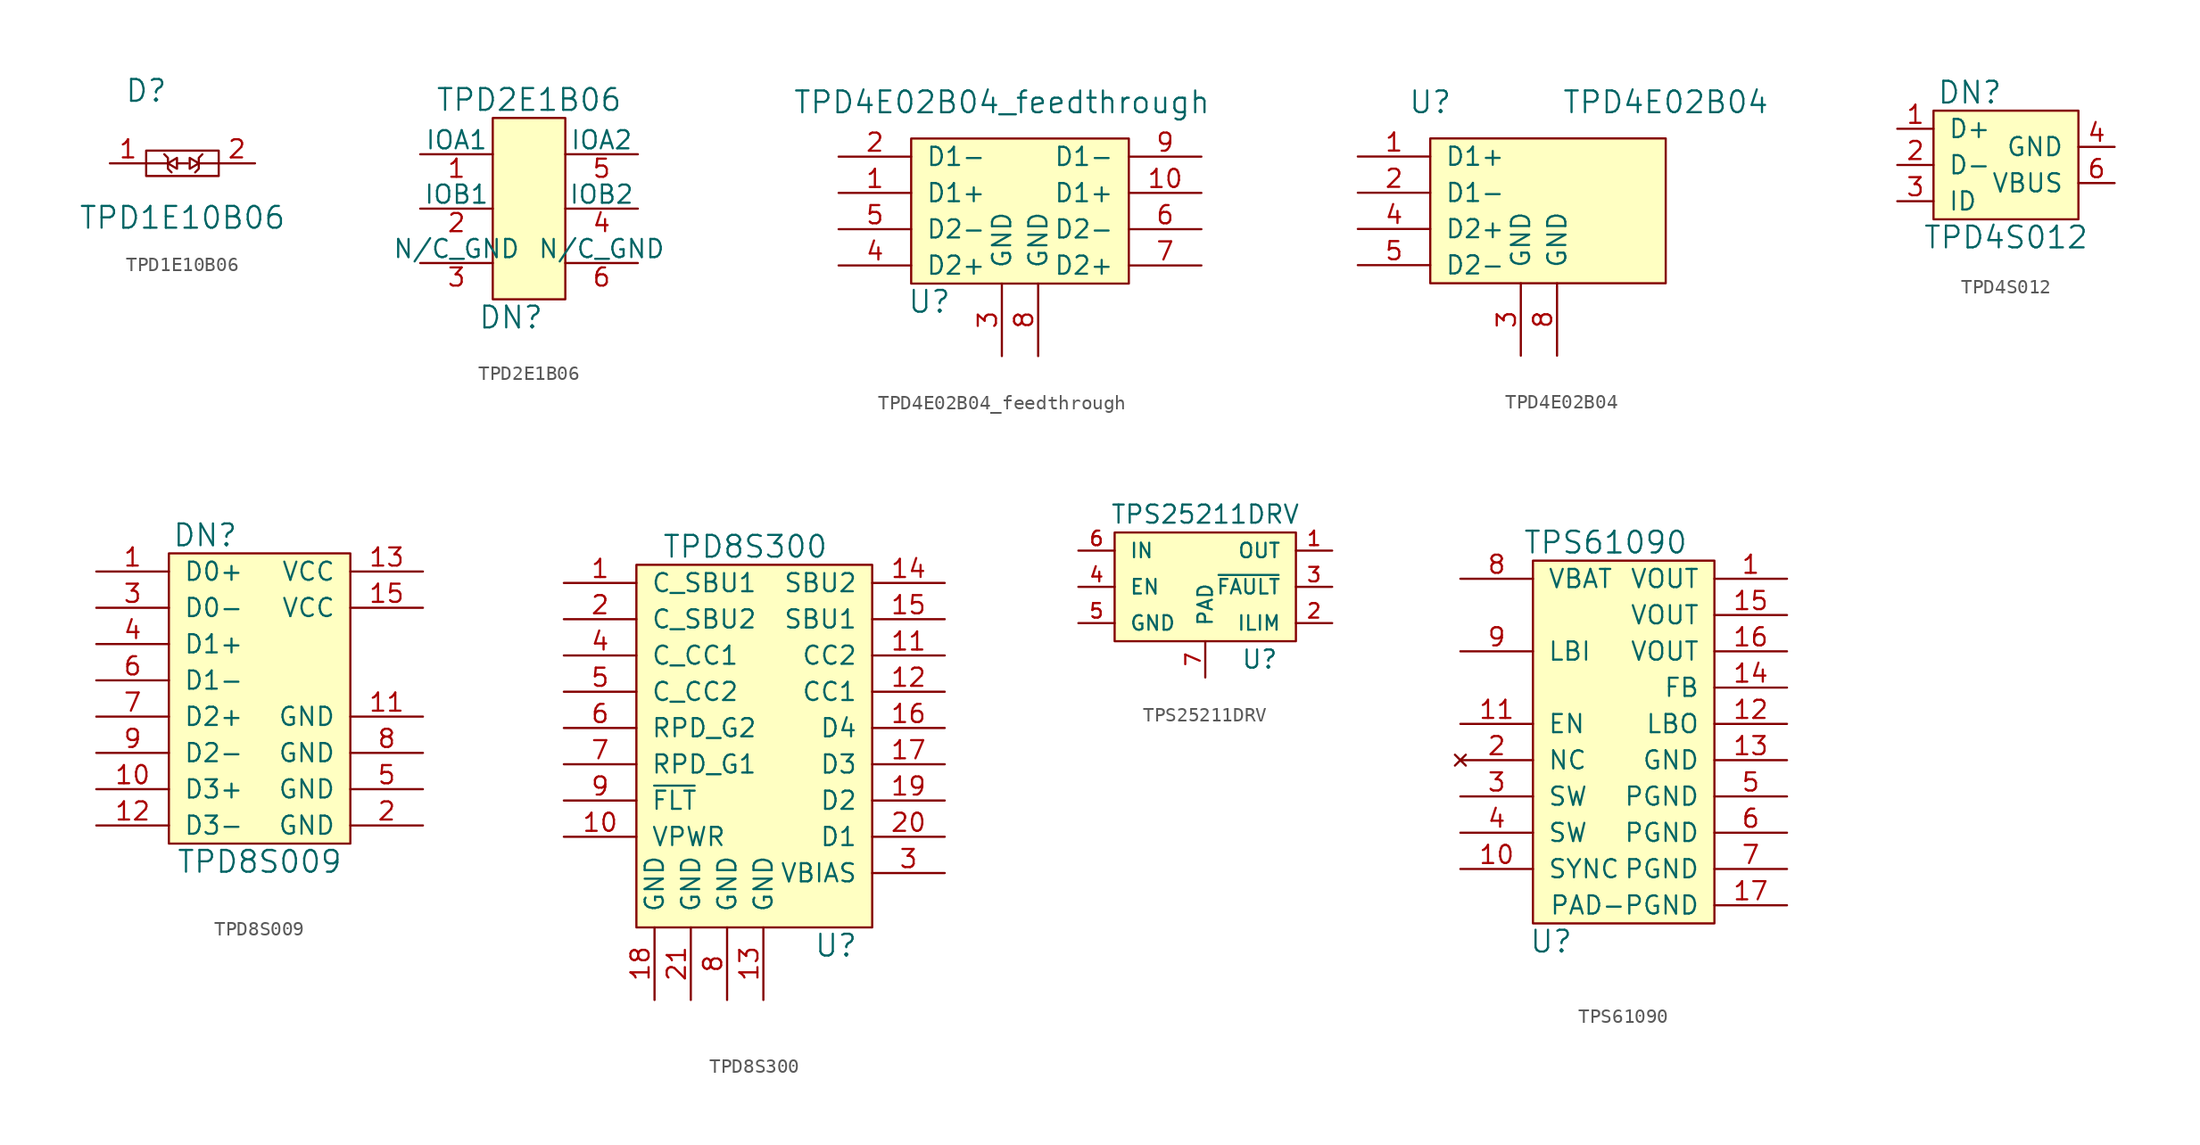
<source format=kicad_sym>
(kicad_symbol_lib
  (version 20241209)
  (generator "kicad_symbol_editor")
  (generator_version "9.0")
  (symbol "TPD1E10B06"
    (pin_names
      (offset 1.016))
    (property "Reference" "D"
      (at -2.54 6.35 0)
      (effects (font (size 1.524 1.524))))
    (property "Value" "TPD1E10B06"
      (at 0 -2.54 0)
      (effects (font (size 1.524 1.524))))
    (symbol "TPD1E10B06_0_1"
      (rectangle (start -2.54 2.159) (end 2.54 0.381) (stroke (width 0) (type solid)) (fill (type none)))
      (polyline (pts (xy -2.54 1.27) (xy -1.016 1.27)) (stroke (width 0) (type solid)) (fill (type none)))
      (polyline (pts (xy -1.016 1.27) (xy -1.016 1.651) (xy -1.27 1.905)) (stroke (width 0) (type solid)) (fill (type none)))
      (polyline (pts (xy -1.016 1.27) (xy -1.016 0.889) (xy -0.762 0.635)) (stroke (width 0) (type solid)) (fill (type none)))
      (polyline (pts (xy -0.381 1.651) (xy -0.381 0.889) (xy -1.016 1.27) (xy -0.381 1.651)) (stroke (width 0) (type solid)) (fill (type none)))
      (polyline (pts (xy -0.381 1.27) (xy 0.381 1.27)) (stroke (width 0) (type solid)) (fill (type none)))
      (polyline (pts (xy 0.508 1.651) (xy 0.508 0.889) (xy 1.143 1.27) (xy 0.508 1.651)) (stroke (width 0) (type solid)) (fill (type none)))
      (polyline (pts (xy 1.143 1.27) (xy 2.54 1.27)) (stroke (width 0) (type solid)) (fill (type none)))
      (polyline (pts (xy 1.143 1.27) (xy 1.143 1.651) (xy 1.397 1.905)) (stroke (width 0) (type solid)) (fill (type none)))
      (polyline (pts (xy 1.143 1.27) (xy 1.143 0.889) (xy 0.889 0.635)) (stroke (width 0) (type solid)) (fill (type none))))
    (symbol "TPD1E10B06_1_1"
      (pin passive line (at -5.08 1.27 0) (length 2.54) (name "~" (effects (font (size 1.27 1.27)))) (number "1" (effects (font (size 1.27 1.27)))))
      (pin passive line (at 5.08 1.27 180) (length 2.54) (name "~" (effects (font (size 1.27 1.27)))) (number "2" (effects (font (size 1.27 1.27)))))))
  (symbol "TPD2E1B06"
    (pin_names
      (offset 0))
    (property "Reference" "DN"
      (at -1.27 -7.62 0)
      (effects (font (size 1.524 1.524))))
    (property "Value" "TPD2E1B06"
      (at 0 7.62 0)
      (effects (font (size 1.524 1.524))))
    (symbol "TPD2E1B06_0_1"
      (rectangle (start -2.54 6.35) (end 2.54 -6.35) (stroke (width 0) (type solid)) (fill (type background))))
    (symbol "TPD2E1B06_1_1"
      (pin passive line (at -7.62 3.81 0) (length 5.08) (name "IOA1" (effects (font (size 1.27 1.27)))) (number "1" (effects (font (size 1.27 1.27)))))
      (pin passive line (at -7.62 0 0) (length 5.08) (name "IOB1" (effects (font (size 1.27 1.27)))) (number "2" (effects (font (size 1.27 1.27)))))
      (pin passive line (at -7.62 -3.81 0) (length 5.08) (name "N/C_GND" (effects (font (size 1.27 1.27)))) (number "3" (effects (font (size 1.27 1.27)))))
      (pin passive line (at 7.62 3.81 180) (length 5.08) (name "IOA2" (effects (font (size 1.27 1.27)))) (number "5" (effects (font (size 1.27 1.27)))))
      (pin passive line (at 7.62 0 180) (length 5.08) (name "IOB2" (effects (font (size 1.27 1.27)))) (number "4" (effects (font (size 1.27 1.27)))))
      (pin passive line (at 7.62 -3.81 180) (length 5.08) (name "N/C_GND" (effects (font (size 1.27 1.27)))) (number "6" (effects (font (size 1.27 1.27)))))))
  (symbol "TPD4E02B04_feedthrough"
    (pin_names
      (offset 1.016))
    (property "Reference" "U"
      (at -6.35 -6.35 0)
      (effects (font (size 1.524 1.524))))
    (property "Value" "TPD4E02B04_feedthrough"
      (at -1.27 7.62 0)
      (effects (font (size 1.524 1.524))))
    (symbol "TPD4E02B04_feedthrough_0_1"
      (rectangle (start -7.62 5.08) (end 7.62 -5.08) (stroke (width 0) (type solid)) (fill (type background))))
    (symbol "TPD4E02B04_feedthrough_1_1"
      (pin bidirectional line (at -12.7 3.81 0) (length 5.08) (name "D1-" (effects (font (size 1.27 1.27)))) (number "2" (effects (font (size 1.27 1.27)))))
      (pin bidirectional line (at -12.7 1.27 0) (length 5.08) (name "D1+" (effects (font (size 1.27 1.27)))) (number "1" (effects (font (size 1.27 1.27)))))
      (pin bidirectional line (at -12.7 -1.27 0) (length 5.08) (name "D2-" (effects (font (size 1.27 1.27)))) (number "5" (effects (font (size 1.27 1.27)))))
      (pin bidirectional line (at -12.7 -3.81 0) (length 5.08) (name "D2+" (effects (font (size 1.27 1.27)))) (number "4" (effects (font (size 1.27 1.27)))))
      (pin power_in line (at -1.27 -10.16 90) (length 5.08) (name "GND" (effects (font (size 1.27 1.27)))) (number "3" (effects (font (size 1.27 1.27)))))
      (pin power_in line (at 1.27 -10.16 90) (length 5.08) (name "GND" (effects (font (size 1.27 1.27)))) (number "8" (effects (font (size 1.27 1.27)))))
      (pin passive line (at 12.7 3.81 180) (length 5.08) (name "D1-" (effects (font (size 1.27 1.27)))) (number "9" (effects (font (size 1.27 1.27)))))
      (pin passive line (at 12.7 1.27 180) (length 5.08) (name "D1+" (effects (font (size 1.27 1.27)))) (number "10" (effects (font (size 1.27 1.27)))))
      (pin passive line (at 12.7 -1.27 180) (length 5.08) (name "D2-" (effects (font (size 1.27 1.27)))) (number "6" (effects (font (size 1.27 1.27)))))
      (pin passive line (at 12.7 -3.81 180) (length 5.08) (name "D2+" (effects (font (size 1.27 1.27)))) (number "7" (effects (font (size 1.27 1.27)))))))
  (symbol "TPD4E02B04"
    (pin_names
      (offset 1.016))
    (property "Reference" "U"
      (at -7.62 7.62 0)
      (effects (font (size 1.524 1.524))))
    (property "Value" "TPD4E02B04"
      (at 8.89 7.62 0)
      (effects (font (size 1.524 1.524))))
    (symbol "TPD4E02B04_0_1"
      (rectangle (start -7.62 5.08) (end 8.89 -5.08) (stroke (width 0) (type solid)) (fill (type background))))
    (symbol "TPD4E02B04_1_1"
      (pin bidirectional line (at -12.7 3.81 0) (length 5.08) (name "D1+" (effects (font (size 1.27 1.27)))) (number "1" (effects (font (size 1.27 1.27)))))
      (pin bidirectional line (at -12.7 1.27 0) (length 5.08) (name "D1-" (effects (font (size 1.27 1.27)))) (number "2" (effects (font (size 1.27 1.27)))))
      (pin bidirectional line (at -12.7 -1.27 0) (length 5.08) (name "D2+" (effects (font (size 1.27 1.27)))) (number "4" (effects (font (size 1.27 1.27)))))
      (pin bidirectional line (at -12.7 -3.81 0) (length 5.08) (name "D2-" (effects (font (size 1.27 1.27)))) (number "5" (effects (font (size 1.27 1.27)))))
      (pin power_in line (at -1.27 -10.16 90) (length 5.08) (name "GND" (effects (font (size 1.27 1.27)))) (number "3" (effects (font (size 1.27 1.27)))))
      (pin power_in line (at 1.27 -10.16 90) (length 5.08) (name "GND" (effects (font (size 1.27 1.27)))) (number "8" (effects (font (size 1.27 1.27)))))
      (pin no_connect line (at 6.35 3.81 180) (length 5.08) (hide yes) (name "NC1+" (effects (font (size 1.27 1.27)))) (number "10" (effects (font (size 1.27 1.27)))))
      (pin no_connect line (at 6.35 1.27 180) (length 5.08) (hide yes) (name "NC1-" (effects (font (size 1.27 1.27)))) (number "9" (effects (font (size 1.27 1.27)))))
      (pin no_connect line (at 6.35 -1.27 180) (length 5.08) (hide yes) (name "NC2+" (effects (font (size 1.27 1.27)))) (number "7" (effects (font (size 1.27 1.27)))))
      (pin no_connect line (at 6.35 -3.81 180) (length 5.08) (hide yes) (name "NC2-" (effects (font (size 1.27 1.27)))) (number "6" (effects (font (size 1.27 1.27)))))))
  (symbol "TPD4S012"
    (pin_names
      (offset 1.016))
    (property "Reference" "DN"
      (at -2.54 5.08 0)
      (effects (font (size 1.524 1.524))))
    (property "Value" "TPD4S012"
      (at 0 -5.08 0)
      (effects (font (size 1.524 1.524))))
    (symbol "TPD4S012_0_1"
      (rectangle (start -5.08 3.81) (end 5.08 -3.81) (stroke (width 0) (type solid)) (fill (type background))))
    (symbol "TPD4S012_1_1"
      (pin passive line (at -7.62 2.54 0) (length 2.54) (name "D+" (effects (font (size 1.27 1.27)))) (number "1" (effects (font (size 1.27 1.27)))))
      (pin passive line (at -7.62 0 0) (length 2.54) (name "D-" (effects (font (size 1.27 1.27)))) (number "2" (effects (font (size 1.27 1.27)))))
      (pin passive line (at -7.62 -2.54 0) (length 2.54) (name "ID" (effects (font (size 1.27 1.27)))) (number "3" (effects (font (size 1.27 1.27)))))
      (pin no_connect line (at 0 -1.27 90) (length 2.54) (hide yes) (name "N/C" (effects (font (size 1.27 1.27)))) (number "5" (effects (font (size 1.27 1.27)))))
      (pin power_in line (at 7.62 1.27 180) (length 2.54) (name "GND" (effects (font (size 1.27 1.27)))) (number "4" (effects (font (size 1.27 1.27)))))
      (pin power_in line (at 7.62 -1.27 180) (length 2.54) (name "VBUS" (effects (font (size 1.27 1.27)))) (number "6" (effects (font (size 1.27 1.27)))))))
  (symbol "TPD8S009"
    (pin_names
      (offset 1.016))
    (property "Reference" "DN"
      (at -3.81 11.43 0)
      (effects (font (size 1.524 1.524))))
    (property "Value" "TPD8S009"
      (at 0 -11.43 0)
      (effects (font (size 1.524 1.524))))
    (symbol "TPD8S009_0_1"
      (rectangle (start -6.35 10.16) (end 6.35 -10.16) (stroke (width 0) (type solid)) (fill (type background))))
    (symbol "TPD8S009_1_1"
      (pin passive line (at -11.43 8.89 0) (length 5.08) (name "D0+" (effects (font (size 1.27 1.27)))) (number "1" (effects (font (size 1.27 1.27)))))
      (pin passive line (at -11.43 6.35 0) (length 5.08) (name "D0-" (effects (font (size 1.27 1.27)))) (number "3" (effects (font (size 1.27 1.27)))))
      (pin passive line (at -11.43 3.81 0) (length 5.08) (name "D1+" (effects (font (size 1.27 1.27)))) (number "4" (effects (font (size 1.27 1.27)))))
      (pin passive line (at -11.43 1.27 0) (length 5.08) (name "D1-" (effects (font (size 1.27 1.27)))) (number "6" (effects (font (size 1.27 1.27)))))
      (pin passive line (at -11.43 -1.27 0) (length 5.08) (name "D2+" (effects (font (size 1.27 1.27)))) (number "7" (effects (font (size 1.27 1.27)))))
      (pin passive line (at -11.43 -3.81 0) (length 5.08) (name "D2-" (effects (font (size 1.27 1.27)))) (number "9" (effects (font (size 1.27 1.27)))))
      (pin passive line (at -11.43 -6.35 0) (length 5.08) (name "D3+" (effects (font (size 1.27 1.27)))) (number "10" (effects (font (size 1.27 1.27)))))
      (pin passive line (at -11.43 -8.89 0) (length 5.08) (name "D3-" (effects (font (size 1.27 1.27)))) (number "12" (effects (font (size 1.27 1.27)))))
      (pin power_in line (at 11.43 8.89 180) (length 5.08) (name "VCC" (effects (font (size 1.27 1.27)))) (number "13" (effects (font (size 1.27 1.27)))))
      (pin power_in line (at 11.43 6.35 180) (length 5.08) (name "VCC" (effects (font (size 1.27 1.27)))) (number "15" (effects (font (size 1.27 1.27)))))
      (pin no_connect line (at 11.43 3.81 180) (length 5.08) (hide yes) (name "N/C" (effects (font (size 1.27 1.27)))) (number "~" (effects (font (size 1.27 1.27)))))
      (pin power_in line (at 11.43 -1.27 180) (length 5.08) (name "GND" (effects (font (size 1.27 1.27)))) (number "11" (effects (font (size 1.27 1.27)))))
      (pin power_in line (at 11.43 -3.81 180) (length 5.08) (name "GND" (effects (font (size 1.27 1.27)))) (number "8" (effects (font (size 1.27 1.27)))))
      (pin power_in line (at 11.43 -6.35 180) (length 5.08) (name "GND" (effects (font (size 1.27 1.27)))) (number "5" (effects (font (size 1.27 1.27)))))
      (pin power_in line (at 11.43 -8.89 180) (length 5.08) (name "GND" (effects (font (size 1.27 1.27)))) (number "2" (effects (font (size 1.27 1.27)))))))
  (symbol "TPD8S300"
    (pin_names
      (offset 1.016))
    (property "Reference" "U"
      (at -1.27 -19.05 0)
      (effects (font (size 1.524 1.524))))
    (property "Value" "TPD8S300"
      (at -7.62 8.89 0)
      (effects (font (size 1.524 1.524))))
    (symbol "TPD8S300_0_1"
      (rectangle (start -15.24 7.62) (end 1.27 -17.78) (stroke (width 0) (type solid)) (fill (type background))))
    (symbol "TPD8S300_1_1"
      (pin bidirectional line (at -20.32 6.35 0) (length 5.08) (name "C_SBU1" (effects (font (size 1.27 1.27)))) (number "1" (effects (font (size 1.27 1.27)))))
      (pin bidirectional line (at -20.32 3.81 0) (length 5.08) (name "C_SBU2" (effects (font (size 1.27 1.27)))) (number "2" (effects (font (size 1.27 1.27)))))
      (pin bidirectional line (at -20.32 1.27 0) (length 5.08) (name "C_CC1" (effects (font (size 1.27 1.27)))) (number "4" (effects (font (size 1.27 1.27)))))
      (pin bidirectional line (at -20.32 -1.27 0) (length 5.08) (name "C_CC2" (effects (font (size 1.27 1.27)))) (number "5" (effects (font (size 1.27 1.27)))))
      (pin bidirectional line (at -20.32 -3.81 0) (length 5.08) (name "RPD_G2" (effects (font (size 1.27 1.27)))) (number "6" (effects (font (size 1.27 1.27)))))
      (pin bidirectional line (at -20.32 -6.35 0) (length 5.08) (name "RPD_G1" (effects (font (size 1.27 1.27)))) (number "7" (effects (font (size 1.27 1.27)))))
      (pin output line (at -20.32 -8.89 0) (length 5.08) (name "~{FLT}" (effects (font (size 1.27 1.27)))) (number "9" (effects (font (size 1.27 1.27)))))
      (pin power_in line (at -20.32 -11.43 0) (length 5.08) (name "VPWR" (effects (font (size 1.27 1.27)))) (number "10" (effects (font (size 1.27 1.27)))))
      (pin power_in line (at -13.97 -22.86 90) (length 5.08) (name "GND" (effects (font (size 1.27 1.27)))) (number "18" (effects (font (size 1.27 1.27)))))
      (pin power_in line (at -11.43 -22.86 90) (length 5.08) (name "GND" (effects (font (size 1.27 1.27)))) (number "21" (effects (font (size 1.27 1.27)))))
      (pin power_in line (at -8.89 -22.86 90) (length 5.08) (name "GND" (effects (font (size 1.27 1.27)))) (number "8" (effects (font (size 1.27 1.27)))))
      (pin power_in line (at -6.35 -22.86 90) (length 5.08) (name "GND" (effects (font (size 1.27 1.27)))) (number "13" (effects (font (size 1.27 1.27)))))
      (pin bidirectional line (at 6.35 6.35 180) (length 5.08) (name "SBU2" (effects (font (size 1.27 1.27)))) (number "14" (effects (font (size 1.27 1.27)))))
      (pin bidirectional line (at 6.35 3.81 180) (length 5.08) (name "SBU1" (effects (font (size 1.27 1.27)))) (number "15" (effects (font (size 1.27 1.27)))))
      (pin bidirectional line (at 6.35 1.27 180) (length 5.08) (name "CC2" (effects (font (size 1.27 1.27)))) (number "11" (effects (font (size 1.27 1.27)))))
      (pin bidirectional line (at 6.35 -1.27 180) (length 5.08) (name "CC1" (effects (font (size 1.27 1.27)))) (number "12" (effects (font (size 1.27 1.27)))))
      (pin bidirectional line (at 6.35 -3.81 180) (length 5.08) (name "D4" (effects (font (size 1.27 1.27)))) (number "16" (effects (font (size 1.27 1.27)))))
      (pin bidirectional line (at 6.35 -6.35 180) (length 5.08) (name "D3" (effects (font (size 1.27 1.27)))) (number "17" (effects (font (size 1.27 1.27)))))
      (pin bidirectional line (at 6.35 -8.89 180) (length 5.08) (name "D2" (effects (font (size 1.27 1.27)))) (number "19" (effects (font (size 1.27 1.27)))))
      (pin bidirectional line (at 6.35 -11.43 180) (length 5.08) (name "D1" (effects (font (size 1.27 1.27)))) (number "20" (effects (font (size 1.27 1.27)))))
      (pin power_in line (at 6.35 -13.97 180) (length 5.08) (name "VBIAS" (effects (font (size 1.27 1.27)))) (number "3" (effects (font (size 1.27 1.27)))))))
  (symbol "TPS25211DRV"
    (pin_names
      (offset 1.016))
    (property "Reference" "U"
      (at 3.81 -5.08 0)
      (effects (font (size 1.27 1.27))))
    (property "Value" "TPS25211DRV"
      (at 0 5.08 0)
      (effects (font (size 1.27 1.27))))
    (symbol "TPS25211DRV_0_1"
      (rectangle (start -6.35 3.81) (end 6.35 -3.81) (stroke (width 0) (type solid)) (fill (type background))))
    (symbol "TPS25211DRV_1_1"
      (pin power_in line (at -8.89 2.54 0) (length 2.54) (name "IN" (effects (font (size 1.016 1.016)))) (number "6" (effects (font (size 1.016 1.016)))))
      (pin input line (at -8.89 0 0) (length 2.54) (name "EN" (effects (font (size 1.016 1.016)))) (number "4" (effects (font (size 1.016 1.016)))))
      (pin power_in line (at -8.89 -2.54 0) (length 2.54) (name "GND" (effects (font (size 1.016 1.016)))) (number "5" (effects (font (size 1.016 1.016)))))
      (pin power_in line (at 0 -6.35 90) (length 2.54) (name "PAD" (effects (font (size 1.016 1.016)))) (number "7" (effects (font (size 1.016 1.016)))))
      (pin power_out line (at 8.89 2.54 180) (length 2.54) (name "OUT" (effects (font (size 1.016 1.016)))) (number "1" (effects (font (size 1.016 1.016)))))
      (pin output line (at 8.89 0 180) (length 2.54) (name "~{FAULT}" (effects (font (size 1.016 1.016)))) (number "3" (effects (font (size 1.016 1.016)))))
      (pin output line (at 8.89 -2.54 180) (length 2.54) (name "ILIM" (effects (font (size 1.016 1.016)))) (number "2" (effects (font (size 1.016 1.016)))))))
  (symbol "TPS61090"
    (pin_names
      (offset 1.016))
    (property "Reference" "U"
      (at -5.08 -13.97 0)
      (effects (font (size 1.524 1.524))))
    (property "Value" "TPS61090"
      (at -1.27 13.97 0)
      (effects (font (size 1.524 1.524))))
    (symbol "TPS61090_0_1"
      (rectangle (start -6.35 12.7) (end 6.35 -12.7) (stroke (width 0) (type solid)) (fill (type background))))
    (symbol "TPS61090_1_1"
      (pin power_in line (at -11.43 11.43 0) (length 5.08) (name "VBAT" (effects (font (size 1.27 1.27)))) (number "8" (effects (font (size 1.27 1.27)))))
      (pin input line (at -11.43 6.35 0) (length 5.08) (name "LBI" (effects (font (size 1.27 1.27)))) (number "9" (effects (font (size 1.27 1.27)))))
      (pin input line (at -11.43 1.27 0) (length 5.08) (name "EN" (effects (font (size 1.27 1.27)))) (number "11" (effects (font (size 1.27 1.27)))))
      (pin no_connect line (at -11.43 -1.27 0) (length 5.08) (name "NC" (effects (font (size 1.27 1.27)))) (number "2" (effects (font (size 1.27 1.27)))))
      (pin input line (at -11.43 -3.81 0) (length 5.08) (name "SW" (effects (font (size 1.27 1.27)))) (number "3" (effects (font (size 1.27 1.27)))))
      (pin input line (at -11.43 -6.35 0) (length 5.08) (name "SW" (effects (font (size 1.27 1.27)))) (number "4" (effects (font (size 1.27 1.27)))))
      (pin input line (at -11.43 -8.89 0) (length 5.08) (name "SYNC" (effects (font (size 1.27 1.27)))) (number "10" (effects (font (size 1.27 1.27)))))
      (pin power_out line (at 11.43 11.43 180) (length 5.08) (name "VOUT" (effects (font (size 1.27 1.27)))) (number "1" (effects (font (size 1.27 1.27)))))
      (pin power_out line (at 11.43 8.89 180) (length 5.08) (name "VOUT" (effects (font (size 1.27 1.27)))) (number "15" (effects (font (size 1.27 1.27)))))
      (pin power_out line (at 11.43 6.35 180) (length 5.08) (name "VOUT" (effects (font (size 1.27 1.27)))) (number "16" (effects (font (size 1.27 1.27)))))
      (pin input line (at 11.43 3.81 180) (length 5.08) (name "FB" (effects (font (size 1.27 1.27)))) (number "14" (effects (font (size 1.27 1.27)))))
      (pin output line (at 11.43 1.27 180) (length 5.08) (name "LBO" (effects (font (size 1.27 1.27)))) (number "12" (effects (font (size 1.27 1.27)))))
      (pin power_in line (at 11.43 -1.27 180) (length 5.08) (name "GND" (effects (font (size 1.27 1.27)))) (number "13" (effects (font (size 1.27 1.27)))))
      (pin power_in line (at 11.43 -3.81 180) (length 5.08) (name "PGND" (effects (font (size 1.27 1.27)))) (number "5" (effects (font (size 1.27 1.27)))))
      (pin power_in line (at 11.43 -6.35 180) (length 5.08) (name "PGND" (effects (font (size 1.27 1.27)))) (number "6" (effects (font (size 1.27 1.27)))))
      (pin power_in line (at 11.43 -8.89 180) (length 5.08) (name "PGND" (effects (font (size 1.27 1.27)))) (number "7" (effects (font (size 1.27 1.27)))))
      (pin power_in line (at 11.43 -11.43 180) (length 5.08) (name "PAD-PGND" (effects (font (size 1.27 1.27)))) (number "17" (effects (font (size 1.27 1.27))))))))
</source>
